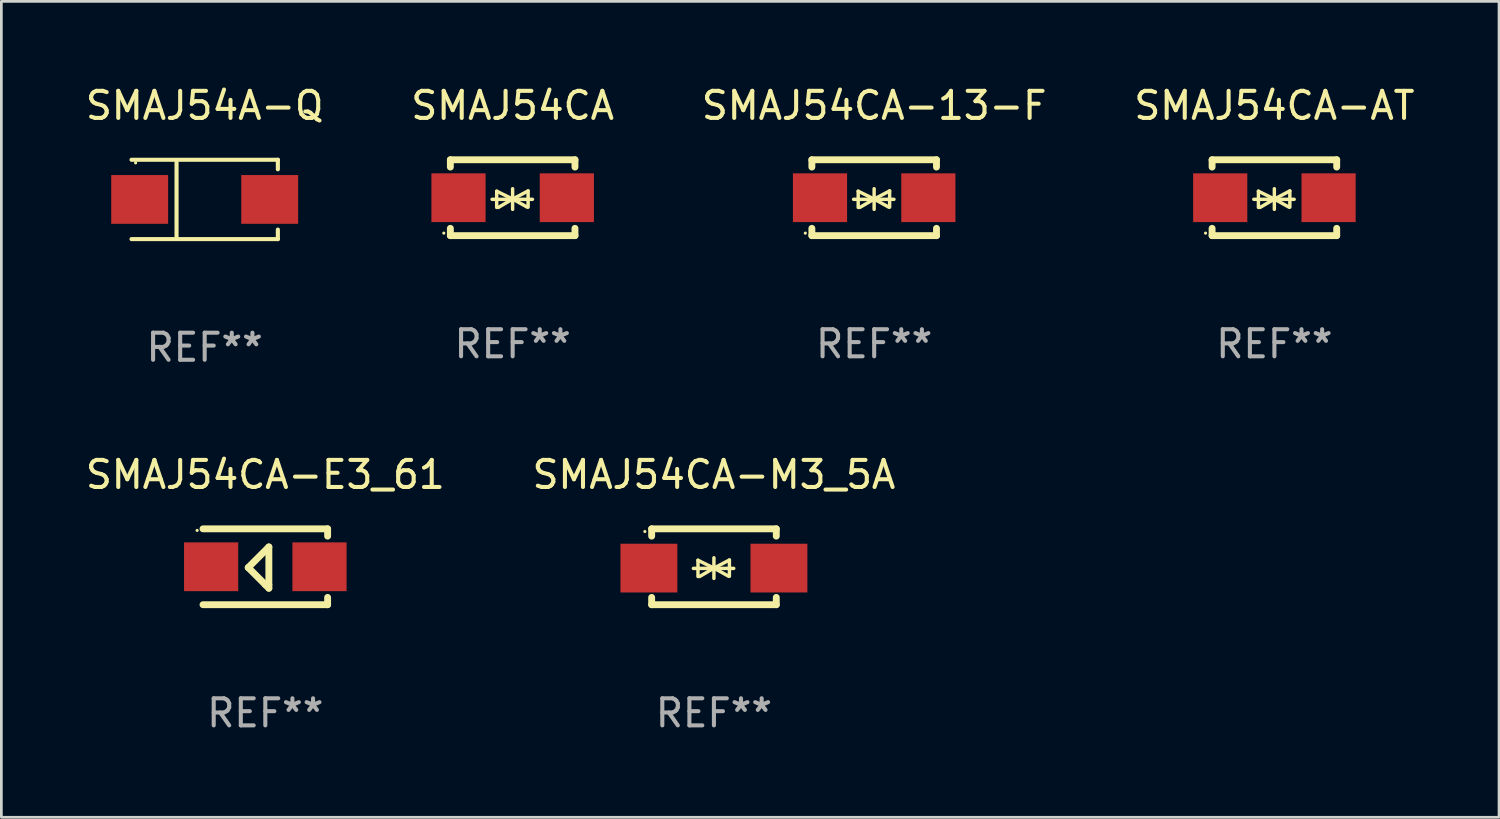
<source format=kicad_pcb>
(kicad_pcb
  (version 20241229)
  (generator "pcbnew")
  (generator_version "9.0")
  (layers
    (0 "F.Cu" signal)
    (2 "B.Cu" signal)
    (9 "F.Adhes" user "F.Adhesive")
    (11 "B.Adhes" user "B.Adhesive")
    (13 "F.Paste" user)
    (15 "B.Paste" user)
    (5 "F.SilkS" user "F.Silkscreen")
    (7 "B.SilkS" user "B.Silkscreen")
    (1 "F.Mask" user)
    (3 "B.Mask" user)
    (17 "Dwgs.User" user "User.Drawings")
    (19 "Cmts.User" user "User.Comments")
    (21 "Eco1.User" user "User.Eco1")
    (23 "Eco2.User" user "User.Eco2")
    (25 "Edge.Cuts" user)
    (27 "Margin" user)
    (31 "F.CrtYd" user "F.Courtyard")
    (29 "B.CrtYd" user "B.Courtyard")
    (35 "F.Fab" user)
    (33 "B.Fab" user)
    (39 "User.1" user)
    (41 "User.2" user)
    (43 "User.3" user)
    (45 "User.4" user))
  (footprint "SMAJ54CA-M3_5A"
    (layer "F.Cu")
    (at 23.304 17.872)
    (property "Reference" "SMAJ54CA-M3_5A" (at 0 -3.4 0) (layer "F.SilkS") (effects (font (size 1 1) (thickness 0.15))))
    (attr through_hole)
    (fp_line (start -2.298 -1.4) (end -2.298 -1.131) (stroke (width 0.254) (type solid)) (layer "F.SilkS"))
    (fp_line (start -2.298 -1.4) (end 2.302 -1.4) (stroke (width 0.254) (type solid)) (layer "F.SilkS"))
    (fp_line (start -2.298 1.131) (end -2.298 1.4) (stroke (width 0.254) (type solid)) (layer "F.SilkS"))
    (fp_line (start -2.298 1.4) (end 2.302 1.4) (stroke (width 0.254) (type solid)) (layer "F.SilkS"))
    (fp_line (start -0.758 0.06) (end 0.732 0.06) (stroke (width 0.127) (type solid)) (layer "F.SilkS"))
    (fp_line (start -0.588 -0.24) (end -0.588 0.36) (stroke (width 0.127) (type solid)) (layer "F.SilkS"))
    (fp_line (start -0.588 -0.24) (end 0.000025 0.049) (stroke (width 0.127) (type solid)) (layer "F.SilkS"))
    (fp_line (start -0.528 0.36) (end 0.000025 0.049) (stroke (width 0.127) (type solid)) (layer "F.SilkS"))
    (fp_line (start 0.000025 0.049) (end 0.000025 -0.332) (stroke (width 0.127) (type solid)) (layer "F.SilkS"))
    (fp_line (start 0.000025 0.049) (end 0.000025 0.43) (stroke (width 0.127) (type solid)) (layer "F.SilkS"))
    (fp_line (start 0.542 0.35) (end 0.000025 0.049) (stroke (width 0.127) (type solid)) (layer "F.SilkS"))
    (fp_line (start 0.572 -0.25) (end 0.000025 0.049) (stroke (width 0.127) (type solid)) (layer "F.SilkS"))
    (fp_line (start 0.572 -0.25) (end 0.572 0.35) (stroke (width 0.127) (type solid)) (layer "F.SilkS"))
    (fp_line (start 2.302 -1.4) (end 2.302 -1.131) (stroke (width 0.254) (type solid)) (layer "F.SilkS"))
    (fp_line (start 2.302 1.131) (end 2.302 1.4) (stroke (width 0.254) (type solid)) (layer "F.SilkS"))
    (fp_circle (center -2.549 -1.301) (end -2.519 -1.301) (stroke (width 0.06) (type solid)) (fill no) (layer "F.SilkS"))
    (fp_text user "REF**" (at 0 5.4 0) (layer "F.Fab") (effects (font (size 1 1) (thickness 0.15))))
    (pad "1" smd rect (at -2.4 0.049) (size 2.1 1.8) (layers "F.Cu" "F.Mask" "F.Paste"))
    (pad "2" smd rect (at 2.4 0.049) (size 2.1 1.8) (layers "F.Cu" "F.Mask" "F.Paste")))
  (footprint "SMAJ54CA-13-F"
    (layer "F.Cu")
    (at 29.22 4.248)
    (property "Reference" "SMAJ54CA-13-F" (at 0 -3.4 0) (layer "F.SilkS") (effects (font (size 1 1) (thickness 0.15))))
    (attr through_hole)
    (fp_line (start -2.3 -1.4) (end -2.3 -1.131) (stroke (width 0.254) (type solid)) (layer "F.SilkS"))
    (fp_line (start -2.3 -1.4) (end 2.3 -1.4) (stroke (width 0.254) (type solid)) (layer "F.SilkS"))
    (fp_line (start -2.3 1.131) (end -2.3 1.4) (stroke (width 0.254) (type solid)) (layer "F.SilkS"))
    (fp_line (start -2.3 1.4) (end 2.3 1.4) (stroke (width 0.254) (type solid)) (layer "F.SilkS"))
    (fp_line (start -0.76 0.06) (end 0.73 0.06) (stroke (width 0.127) (type solid)) (layer "F.SilkS"))
    (fp_line (start -0.59 -0.24) (end -0.59 0.36) (stroke (width 0.127) (type solid)) (layer "F.SilkS"))
    (fp_line (start -0.59 -0.24) (end -0.002 0.049) (stroke (width 0.127) (type solid)) (layer "F.SilkS"))
    (fp_line (start -0.53 0.36) (end -0.002 0.049) (stroke (width 0.127) (type solid)) (layer "F.SilkS"))
    (fp_line (start -0.002 0.049) (end -0.002 -0.332) (stroke (width 0.127) (type solid)) (layer "F.SilkS"))
    (fp_line (start -0.002 0.049) (end -0.002 0.43) (stroke (width 0.127) (type solid)) (layer "F.SilkS"))
    (fp_line (start 0.54 0.35) (end -0.002 0.049) (stroke (width 0.127) (type solid)) (layer "F.SilkS"))
    (fp_line (start 0.57 -0.25) (end -0.002 0.049) (stroke (width 0.127) (type solid)) (layer "F.SilkS"))
    (fp_line (start 0.57 -0.25) (end 0.57 0.35) (stroke (width 0.127) (type solid)) (layer "F.SilkS"))
    (fp_line (start 2.3 -1.4) (end 2.3 -1.131) (stroke (width 0.254) (type solid)) (layer "F.SilkS"))
    (fp_line (start 2.3 1.131) (end 2.3 1.4) (stroke (width 0.254) (type solid)) (layer "F.SilkS"))
    (fp_circle (center -2.542 1.308) (end -2.512 1.308) (stroke (width 0.06) (type solid)) (fill no) (layer "F.SilkS"))
    (fp_text user "REF**" (at 0 5.4 0) (layer "F.Fab") (effects (font (size 1 1) (thickness 0.15))))
    (pad "1" smd rect (at -2 0) (size 2 1.8) (layers "F.Cu" "F.Mask" "F.Paste"))
    (pad "2" smd rect (at 2 0) (size 2 1.8) (layers "F.Cu" "F.Mask" "F.Paste")))
  (footprint "SMAJ54CA-E3_61"
    (layer "F.Cu")
    (at 6.744 17.872)
    (property "Reference" "SMAJ54CA-E3_61" (at 0 -3.4 0) (layer "F.SilkS") (effects (font (size 1 1) (thickness 0.15))))
    (attr through_hole)
    (fp_line (start -2.3 -1.4) (end 2.3 -1.4) (stroke (width 0.254) (type solid)) (layer "F.SilkS"))
    (fp_line (start -2.3 1.4) (end 2.3 1.4) (stroke (width 0.254) (type solid)) (layer "F.SilkS"))
    (fp_line (start -0.631 0.03) (end 0.131 -0.732) (stroke (width 0.254) (type solid)) (layer "F.SilkS"))
    (fp_line (start 0.004 0.665) (end -0.631 0.03) (stroke (width 0.254) (type solid)) (layer "F.SilkS"))
    (fp_line (start 0.131 -0.732) (end 0.131 0.665) (stroke (width 0.254) (type solid)) (layer "F.SilkS"))
    (fp_line (start 0.131 0.665) (end 0.131 0.792) (stroke (width 0.254) (type solid)) (layer "F.SilkS"))
    (fp_line (start 0.131 0.792) (end 0.004 0.665) (stroke (width 0.254) (type solid)) (layer "F.SilkS"))
    (fp_line (start 2.3 -1.4) (end 2.3 -1.131) (stroke (width 0.254) (type solid)) (layer "F.SilkS"))
    (fp_line (start 2.3 1.131) (end 2.3 1.4) (stroke (width 0.254) (type solid)) (layer "F.SilkS"))
    (fp_circle (center -2.517 -1.342) (end -2.487 -1.342) (stroke (width 0.06) (type solid)) (fill no) (layer "F.SilkS"))
    (fp_text user "REF**" (at 0 5.4 0) (layer "F.Fab") (effects (font (size 1 1) (thickness 0.15))))
    (pad "1" smd rect (at -2 -0.000127) (size 2 1.8) (layers "F.Cu" "F.Mask" "F.Paste"))
    (pad "2" smd rect (at 2 -0.000127) (size 2 1.8) (layers "F.Cu" "F.Mask" "F.Paste")))
  (footprint "SMAJ54CA-AT"
    (layer "F.Cu")
    (at 43.994 4.248)
    (property "Reference" "SMAJ54CA-AT" (at 0 -3.4 0) (layer "F.SilkS") (effects (font (size 1 1) (thickness 0.15))))
    (attr through_hole)
    (fp_line (start -2.3 -1.4) (end -2.3 -1.131) (stroke (width 0.254) (type solid)) (layer "F.SilkS"))
    (fp_line (start -2.3 -1.4) (end 2.3 -1.4) (stroke (width 0.254) (type solid)) (layer "F.SilkS"))
    (fp_line (start -2.3 1.131) (end -2.3 1.4) (stroke (width 0.254) (type solid)) (layer "F.SilkS"))
    (fp_line (start -2.3 1.4) (end 2.3 1.4) (stroke (width 0.254) (type solid)) (layer "F.SilkS"))
    (fp_line (start -0.76 0.06) (end 0.73 0.06) (stroke (width 0.127) (type solid)) (layer "F.SilkS"))
    (fp_line (start -0.59 -0.24) (end -0.59 0.36) (stroke (width 0.127) (type solid)) (layer "F.SilkS"))
    (fp_line (start -0.59 -0.24) (end -0.002 0.049) (stroke (width 0.127) (type solid)) (layer "F.SilkS"))
    (fp_line (start -0.53 0.36) (end -0.002 0.049) (stroke (width 0.127) (type solid)) (layer "F.SilkS"))
    (fp_line (start -0.002 0.049) (end -0.002 -0.332) (stroke (width 0.127) (type solid)) (layer "F.SilkS"))
    (fp_line (start -0.002 0.049) (end -0.002 0.43) (stroke (width 0.127) (type solid)) (layer "F.SilkS"))
    (fp_line (start 0.54 0.35) (end -0.002 0.049) (stroke (width 0.127) (type solid)) (layer "F.SilkS"))
    (fp_line (start 0.57 -0.25) (end -0.002 0.049) (stroke (width 0.127) (type solid)) (layer "F.SilkS"))
    (fp_line (start 0.57 -0.25) (end 0.57 0.35) (stroke (width 0.127) (type solid)) (layer "F.SilkS"))
    (fp_line (start 2.3 -1.4) (end 2.3 -1.131) (stroke (width 0.254) (type solid)) (layer "F.SilkS"))
    (fp_line (start 2.3 1.131) (end 2.3 1.4) (stroke (width 0.254) (type solid)) (layer "F.SilkS"))
    (fp_circle (center -2.542 1.308) (end -2.512 1.308) (stroke (width 0.06) (type solid)) (fill no) (layer "F.SilkS"))
    (fp_text user "REF**" (at 0 5.4 0) (layer "F.Fab") (effects (font (size 1 1) (thickness 0.15))))
    (pad "1" smd rect (at -2 0) (size 2 1.8) (layers "F.Cu" "F.Mask" "F.Paste"))
    (pad "2" smd rect (at 2 0) (size 2 1.8) (layers "F.Cu" "F.Mask" "F.Paste")))
  (footprint "SMAJ54CA"
    (layer "F.Cu")
    (at 15.875 4.248)
    (property "Reference" "SMAJ54CA" (at 0 -3.4 0) (layer "F.SilkS") (effects (font (size 1 1) (thickness 0.15))))
    (attr through_hole)
    (fp_line (start -2.3 -1.4) (end -2.3 -1.131) (stroke (width 0.254) (type solid)) (layer "F.SilkS"))
    (fp_line (start -2.3 -1.4) (end 2.3 -1.4) (stroke (width 0.254) (type solid)) (layer "F.SilkS"))
    (fp_line (start -2.3 1.131) (end -2.3 1.4) (stroke (width 0.254) (type solid)) (layer "F.SilkS"))
    (fp_line (start -2.3 1.4) (end 2.3 1.4) (stroke (width 0.254) (type solid)) (layer "F.SilkS"))
    (fp_line (start -0.76 0.06) (end 0.73 0.06) (stroke (width 0.127) (type solid)) (layer "F.SilkS"))
    (fp_line (start -0.59 -0.24) (end -0.59 0.36) (stroke (width 0.127) (type solid)) (layer "F.SilkS"))
    (fp_line (start -0.59 -0.24) (end -0.002 0.049) (stroke (width 0.127) (type solid)) (layer "F.SilkS"))
    (fp_line (start -0.53 0.36) (end -0.002 0.049) (stroke (width 0.127) (type solid)) (layer "F.SilkS"))
    (fp_line (start -0.002 0.049) (end -0.002 -0.332) (stroke (width 0.127) (type solid)) (layer "F.SilkS"))
    (fp_line (start -0.002 0.049) (end -0.002 0.43) (stroke (width 0.127) (type solid)) (layer "F.SilkS"))
    (fp_line (start 0.54 0.35) (end -0.002 0.049) (stroke (width 0.127) (type solid)) (layer "F.SilkS"))
    (fp_line (start 0.57 -0.25) (end -0.002 0.049) (stroke (width 0.127) (type solid)) (layer "F.SilkS"))
    (fp_line (start 0.57 -0.25) (end 0.57 0.35) (stroke (width 0.127) (type solid)) (layer "F.SilkS"))
    (fp_line (start 2.3 -1.4) (end 2.3 -1.131) (stroke (width 0.254) (type solid)) (layer "F.SilkS"))
    (fp_line (start 2.3 1.131) (end 2.3 1.4) (stroke (width 0.254) (type solid)) (layer "F.SilkS"))
    (fp_circle (center -2.542 1.308) (end -2.512 1.308) (stroke (width 0.06) (type solid)) (fill no) (layer "F.SilkS"))
    (fp_text user "REF**" (at 0 5.4 0) (layer "F.Fab") (effects (font (size 1 1) (thickness 0.15))))
    (pad "1" smd rect (at -2 0) (size 2 1.8) (layers "F.Cu" "F.Mask" "F.Paste"))
    (pad "2" smd rect (at 2 0) (size 2 1.8) (layers "F.Cu" "F.Mask" "F.Paste")))
  (footprint "SMAJ54A-Q"
    (layer "F.Cu")
    (at 4.506 4.312)
    (property "Reference" "SMAJ54A-Q" (at 0 -3.464 0) (layer "F.SilkS") (effects (font (size 1 1) (thickness 0.15))))
    (attr through_hole)
    (fp_line (start -2.701 -1.464) (end 2.701 -1.464) (stroke (width 0.152) (type solid)) (layer "F.SilkS"))
    (fp_line (start -2.701 1.464) (end 2.701 1.464) (stroke (width 0.152) (type solid)) (layer "F.SilkS"))
    (fp_line (start -1.039 -1.364) (end -1.039 1.364) (stroke (width 0.152) (type solid)) (layer "F.SilkS"))
    (fp_line (start 2.701 -1.464) (end 2.701 -1.113) (stroke (width 0.152) (type solid)) (layer "F.SilkS"))
    (fp_line (start 2.701 1.464) (end 2.701 1.113) (stroke (width 0.152) (type solid)) (layer "F.SilkS"))
    (fp_circle (center -2.55 -1.35) (end -2.52 -1.35) (stroke (width 0.06) (type solid)) (fill no) (layer "F.SilkS"))
    (fp_text user "REF**" (at 0 5.464 0) (layer "F.Fab") (effects (font (size 1 1) (thickness 0.15))))
    (pad "1" smd rect (at -2.4 0) (size 2.1 1.8) (layers "F.Cu" "F.Mask" "F.Paste"))
    (pad "2" smd rect (at 2.4 0) (size 2.1 1.8) (layers "F.Cu" "F.Mask" "F.Paste")))
  (gr_rect
    (start -3 -3)
    (end 52.286 27.12)
    (stroke (width 0.1) (type default))
    (fill no)
    (layer "Edge.Cuts")))
</source>
